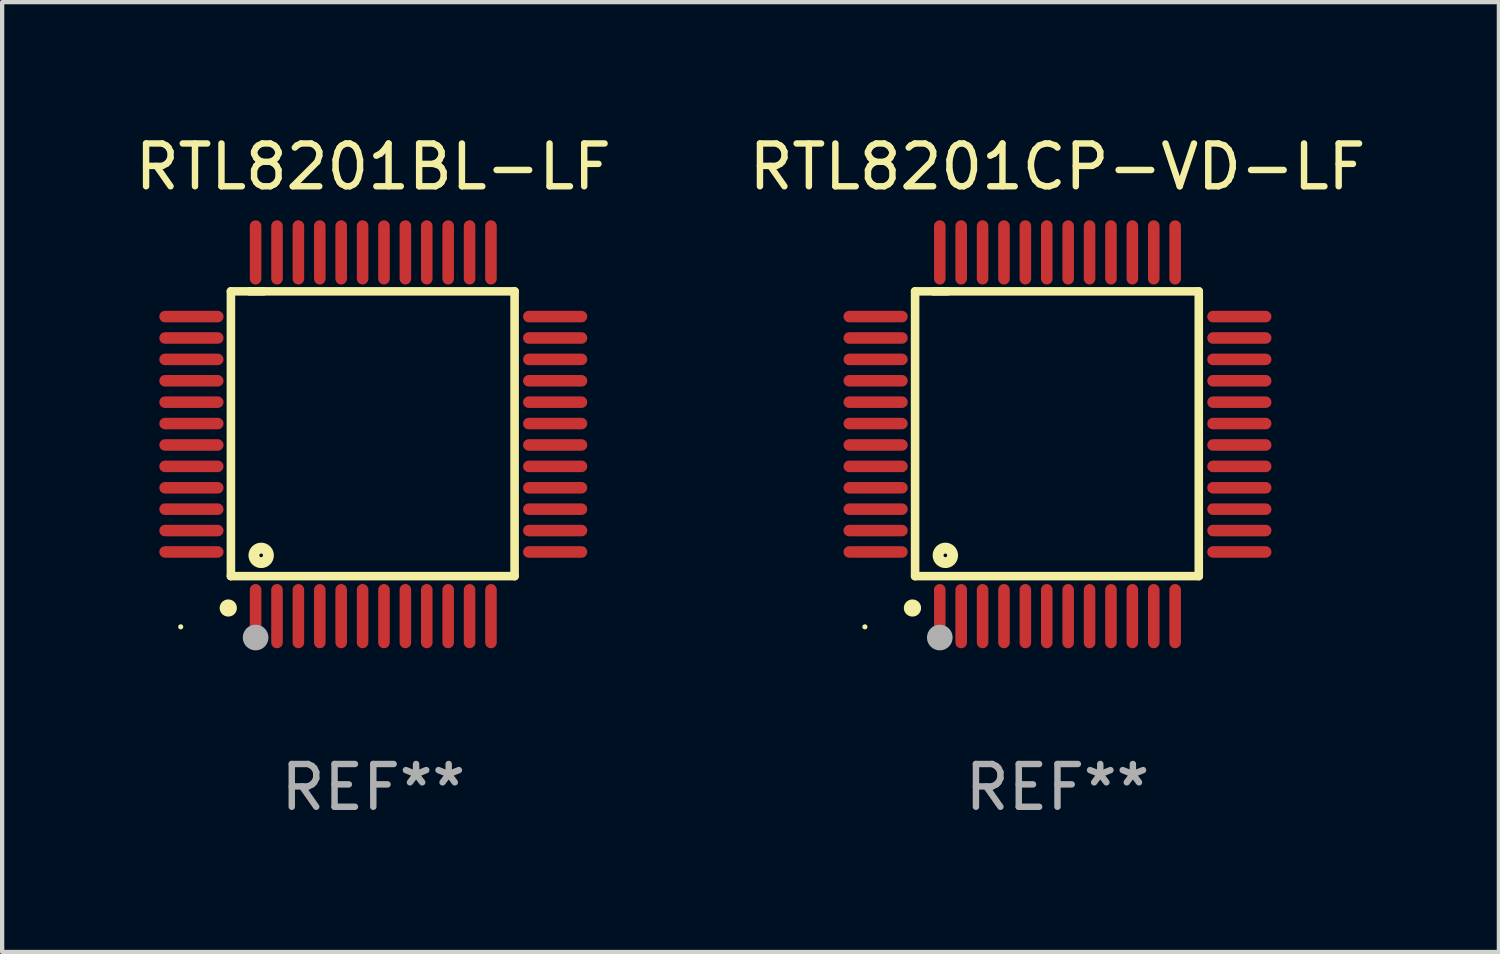
<source format=kicad_pcb>
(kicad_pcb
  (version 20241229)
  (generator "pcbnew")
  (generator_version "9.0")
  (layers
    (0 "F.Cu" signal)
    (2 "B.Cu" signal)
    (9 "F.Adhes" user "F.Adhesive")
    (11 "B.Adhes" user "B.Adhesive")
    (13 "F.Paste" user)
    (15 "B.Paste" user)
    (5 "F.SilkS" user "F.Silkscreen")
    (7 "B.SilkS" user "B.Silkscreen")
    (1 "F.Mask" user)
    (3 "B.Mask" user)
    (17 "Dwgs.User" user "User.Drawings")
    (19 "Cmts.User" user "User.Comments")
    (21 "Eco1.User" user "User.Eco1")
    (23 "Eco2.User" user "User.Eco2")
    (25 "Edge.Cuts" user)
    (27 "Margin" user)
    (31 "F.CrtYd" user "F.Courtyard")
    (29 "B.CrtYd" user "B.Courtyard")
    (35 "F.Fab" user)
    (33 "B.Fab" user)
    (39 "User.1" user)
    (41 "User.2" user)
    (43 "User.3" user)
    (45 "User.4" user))
  (footprint "RTL8201CP-VD-LF"
    (layer "F.Cu")
    (at 21.661 7.098)
    (property "Reference" "RTL8201CP-VD-LF" (at 0 -6.25 0) (layer "F.SilkS") (effects (font (size 1 1) (thickness 0.15))))
    (attr through_hole)
    (fp_line (start -3.327 -3.34) (end -2.565 -3.34) (stroke (width 0.2) (type solid)) (layer "F.SilkS"))
    (fp_line (start -3.327 3.315) (end -3.327 -3.34) (stroke (width 0.2) (type solid)) (layer "F.SilkS"))
    (fp_line (start -2.896 -3.34) (end 3.302 -3.34) (stroke (width 0.2) (type solid)) (layer "F.SilkS"))
    (fp_line (start 3.302 -3.34) (end 3.302 3.315) (stroke (width 0.2) (type solid)) (layer "F.SilkS"))
    (fp_line (start 3.302 3.315) (end -3.327 3.315) (stroke (width 0.2) (type solid)) (layer "F.SilkS"))
    (fp_arc (start -3.389992 4.059995) (mid -3.388722 4.059991) (end -3.387452 4.059995) (stroke (width 0.4) (type solid)) (layer "F.SilkS"))
    (fp_circle (center -4.5 4.5) (end -4.47 4.5) (stroke (width 0.06) (type solid)) (fill no) (layer "F.SilkS"))
    (fp_circle (center -2.62 2.83) (end -2.45 2.83) (stroke (width 0.254) (type solid)) (fill no) (layer "F.SilkS"))
    (fp_circle (center -2.75 4.75) (end -2.6 4.75) (stroke (width 0.3) (type solid)) (fill no) (layer "F.Fab"))
    (fp_text user "REF**" (at 0 8.25 0) (layer "F.Fab") (effects (font (size 1 1) (thickness 0.15))))
    (pad "1" smd oval (at -2.75 4.25) (size 0.27 1.5) (layers "F.Cu" "F.Mask" "F.Paste"))
    (pad "2" smd oval (at -2.25 4.25) (size 0.27 1.5) (layers "F.Cu" "F.Mask" "F.Paste"))
    (pad "3" smd oval (at -1.75 4.25) (size 0.27 1.5) (layers "F.Cu" "F.Mask" "F.Paste"))
    (pad "4" smd oval (at -1.25 4.25) (size 0.27 1.5) (layers "F.Cu" "F.Mask" "F.Paste"))
    (pad "5" smd oval (at -0.75 4.25) (size 0.27 1.5) (layers "F.Cu" "F.Mask" "F.Paste"))
    (pad "6" smd oval (at -0.25 4.25) (size 0.27 1.5) (layers "F.Cu" "F.Mask" "F.Paste"))
    (pad "7" smd oval (at 0.25 4.25) (size 0.27 1.5) (layers "F.Cu" "F.Mask" "F.Paste"))
    (pad "8" smd oval (at 0.75 4.25) (size 0.27 1.5) (layers "F.Cu" "F.Mask" "F.Paste"))
    (pad "9" smd oval (at 1.25 4.25) (size 0.27 1.5) (layers "F.Cu" "F.Mask" "F.Paste"))
    (pad "10" smd oval (at 1.75 4.25) (size 0.27 1.5) (layers "F.Cu" "F.Mask" "F.Paste"))
    (pad "11" smd oval (at 2.25 4.25) (size 0.27 1.5) (layers "F.Cu" "F.Mask" "F.Paste"))
    (pad "12" smd oval (at 2.75 4.25) (size 0.27 1.5) (layers "F.Cu" "F.Mask" "F.Paste"))
    (pad "13" smd oval (at 4.25 2.75) (size 1.5 0.27) (layers "F.Cu" "F.Mask" "F.Paste"))
    (pad "14" smd oval (at 4.25 2.25) (size 1.5 0.27) (layers "F.Cu" "F.Mask" "F.Paste"))
    (pad "15" smd oval (at 4.25 1.75) (size 1.5 0.27) (layers "F.Cu" "F.Mask" "F.Paste"))
    (pad "16" smd oval (at 4.25 1.25) (size 1.5 0.27) (layers "F.Cu" "F.Mask" "F.Paste"))
    (pad "17" smd oval (at 4.25 0.75) (size 1.5 0.27) (layers "F.Cu" "F.Mask" "F.Paste"))
    (pad "18" smd oval (at 4.25 0.25) (size 1.5 0.27) (layers "F.Cu" "F.Mask" "F.Paste"))
    (pad "19" smd oval (at 4.25 -0.25) (size 1.5 0.27) (layers "F.Cu" "F.Mask" "F.Paste"))
    (pad "20" smd oval (at 4.25 -0.75) (size 1.5 0.27) (layers "F.Cu" "F.Mask" "F.Paste"))
    (pad "21" smd oval (at 4.25 -1.25) (size 1.5 0.27) (layers "F.Cu" "F.Mask" "F.Paste"))
    (pad "22" smd oval (at 4.25 -1.75) (size 1.5 0.27) (layers "F.Cu" "F.Mask" "F.Paste"))
    (pad "23" smd oval (at 4.25 -2.25) (size 1.5 0.27) (layers "F.Cu" "F.Mask" "F.Paste"))
    (pad "24" smd oval (at 4.25 -2.75) (size 1.5 0.27) (layers "F.Cu" "F.Mask" "F.Paste"))
    (pad "25" smd oval (at 2.75 -4.25) (size 0.27 1.5) (layers "F.Cu" "F.Mask" "F.Paste"))
    (pad "26" smd oval (at 2.25 -4.25) (size 0.27 1.5) (layers "F.Cu" "F.Mask" "F.Paste"))
    (pad "27" smd oval (at 1.75 -4.25) (size 0.27 1.5) (layers "F.Cu" "F.Mask" "F.Paste"))
    (pad "28" smd oval (at 1.25 -4.25) (size 0.27 1.5) (layers "F.Cu" "F.Mask" "F.Paste"))
    (pad "29" smd oval (at 0.75 -4.25) (size 0.27 1.5) (layers "F.Cu" "F.Mask" "F.Paste"))
    (pad "30" smd oval (at 0.25 -4.25) (size 0.27 1.5) (layers "F.Cu" "F.Mask" "F.Paste"))
    (pad "31" smd oval (at -0.25 -4.25) (size 0.27 1.5) (layers "F.Cu" "F.Mask" "F.Paste"))
    (pad "32" smd oval (at -0.75 -4.25) (size 0.27 1.5) (layers "F.Cu" "F.Mask" "F.Paste"))
    (pad "33" smd oval (at -1.25 -4.25) (size 0.27 1.5) (layers "F.Cu" "F.Mask" "F.Paste"))
    (pad "34" smd oval (at -1.75 -4.25) (size 0.27 1.5) (layers "F.Cu" "F.Mask" "F.Paste"))
    (pad "35" smd oval (at -2.25 -4.25) (size 0.27 1.5) (layers "F.Cu" "F.Mask" "F.Paste"))
    (pad "36" smd oval (at -2.75 -4.25) (size 0.27 1.5) (layers "F.Cu" "F.Mask" "F.Paste"))
    (pad "37" smd oval (at -4.25 -2.75) (size 1.5 0.27) (layers "F.Cu" "F.Mask" "F.Paste"))
    (pad "38" smd oval (at -4.25 -2.25) (size 1.5 0.27) (layers "F.Cu" "F.Mask" "F.Paste"))
    (pad "39" smd oval (at -4.25 -1.75) (size 1.5 0.27) (layers "F.Cu" "F.Mask" "F.Paste"))
    (pad "40" smd oval (at -4.25 -1.25) (size 1.5 0.27) (layers "F.Cu" "F.Mask" "F.Paste"))
    (pad "41" smd oval (at -4.25 -0.75) (size 1.5 0.27) (layers "F.Cu" "F.Mask" "F.Paste"))
    (pad "42" smd oval (at -4.25 -0.25) (size 1.5 0.27) (layers "F.Cu" "F.Mask" "F.Paste"))
    (pad "43" smd oval (at -4.25 0.25) (size 1.5 0.27) (layers "F.Cu" "F.Mask" "F.Paste"))
    (pad "44" smd oval (at -4.25 0.75) (size 1.5 0.27) (layers "F.Cu" "F.Mask" "F.Paste"))
    (pad "45" smd oval (at -4.25 1.25) (size 1.5 0.27) (layers "F.Cu" "F.Mask" "F.Paste"))
    (pad "46" smd oval (at -4.25 1.75) (size 1.5 0.27) (layers "F.Cu" "F.Mask" "F.Paste"))
    (pad "47" smd oval (at -4.25 2.25) (size 1.5 0.27) (layers "F.Cu" "F.Mask" "F.Paste"))
    (pad "48" smd oval (at -4.25 2.75) (size 1.5 0.27) (layers "F.Cu" "F.Mask" "F.Paste")))
  (footprint "RTL8201BL-LF"
    (layer "F.Cu")
    (at 5.673 7.098)
    (property "Reference" "RTL8201BL-LF" (at 0 -6.25 0) (layer "F.SilkS") (effects (font (size 1 1) (thickness 0.15))))
    (attr through_hole)
    (fp_line (start -3.327 -3.34) (end -2.565 -3.34) (stroke (width 0.2) (type solid)) (layer "F.SilkS"))
    (fp_line (start -3.327 3.315) (end -3.327 -3.34) (stroke (width 0.2) (type solid)) (layer "F.SilkS"))
    (fp_line (start -2.896 -3.34) (end 3.302 -3.34) (stroke (width 0.2) (type solid)) (layer "F.SilkS"))
    (fp_line (start 3.302 -3.34) (end 3.302 3.315) (stroke (width 0.2) (type solid)) (layer "F.SilkS"))
    (fp_line (start 3.302 3.315) (end -3.327 3.315) (stroke (width 0.2) (type solid)) (layer "F.SilkS"))
    (fp_arc (start -3.389992 4.059995) (mid -3.388722 4.059991) (end -3.387452 4.059995) (stroke (width 0.4) (type solid)) (layer "F.SilkS"))
    (fp_circle (center -4.5 4.5) (end -4.47 4.5) (stroke (width 0.06) (type solid)) (fill no) (layer "F.SilkS"))
    (fp_circle (center -2.62 2.83) (end -2.45 2.83) (stroke (width 0.254) (type solid)) (fill no) (layer "F.SilkS"))
    (fp_circle (center -2.75 4.75) (end -2.6 4.75) (stroke (width 0.3) (type solid)) (fill no) (layer "F.Fab"))
    (fp_text user "REF**" (at 0 8.25 0) (layer "F.Fab") (effects (font (size 1 1) (thickness 0.15))))
    (pad "1" smd oval (at -2.75 4.25) (size 0.27 1.5) (layers "F.Cu" "F.Mask" "F.Paste"))
    (pad "2" smd oval (at -2.25 4.25) (size 0.27 1.5) (layers "F.Cu" "F.Mask" "F.Paste"))
    (pad "3" smd oval (at -1.75 4.25) (size 0.27 1.5) (layers "F.Cu" "F.Mask" "F.Paste"))
    (pad "4" smd oval (at -1.25 4.25) (size 0.27 1.5) (layers "F.Cu" "F.Mask" "F.Paste"))
    (pad "5" smd oval (at -0.75 4.25) (size 0.27 1.5) (layers "F.Cu" "F.Mask" "F.Paste"))
    (pad "6" smd oval (at -0.25 4.25) (size 0.27 1.5) (layers "F.Cu" "F.Mask" "F.Paste"))
    (pad "7" smd oval (at 0.25 4.25) (size 0.27 1.5) (layers "F.Cu" "F.Mask" "F.Paste"))
    (pad "8" smd oval (at 0.75 4.25) (size 0.27 1.5) (layers "F.Cu" "F.Mask" "F.Paste"))
    (pad "9" smd oval (at 1.25 4.25) (size 0.27 1.5) (layers "F.Cu" "F.Mask" "F.Paste"))
    (pad "10" smd oval (at 1.75 4.25) (size 0.27 1.5) (layers "F.Cu" "F.Mask" "F.Paste"))
    (pad "11" smd oval (at 2.25 4.25) (size 0.27 1.5) (layers "F.Cu" "F.Mask" "F.Paste"))
    (pad "12" smd oval (at 2.75 4.25) (size 0.27 1.5) (layers "F.Cu" "F.Mask" "F.Paste"))
    (pad "13" smd oval (at 4.25 2.75) (size 1.5 0.27) (layers "F.Cu" "F.Mask" "F.Paste"))
    (pad "14" smd oval (at 4.25 2.25) (size 1.5 0.27) (layers "F.Cu" "F.Mask" "F.Paste"))
    (pad "15" smd oval (at 4.25 1.75) (size 1.5 0.27) (layers "F.Cu" "F.Mask" "F.Paste"))
    (pad "16" smd oval (at 4.25 1.25) (size 1.5 0.27) (layers "F.Cu" "F.Mask" "F.Paste"))
    (pad "17" smd oval (at 4.25 0.75) (size 1.5 0.27) (layers "F.Cu" "F.Mask" "F.Paste"))
    (pad "18" smd oval (at 4.25 0.25) (size 1.5 0.27) (layers "F.Cu" "F.Mask" "F.Paste"))
    (pad "19" smd oval (at 4.25 -0.25) (size 1.5 0.27) (layers "F.Cu" "F.Mask" "F.Paste"))
    (pad "20" smd oval (at 4.25 -0.75) (size 1.5 0.27) (layers "F.Cu" "F.Mask" "F.Paste"))
    (pad "21" smd oval (at 4.25 -1.25) (size 1.5 0.27) (layers "F.Cu" "F.Mask" "F.Paste"))
    (pad "22" smd oval (at 4.25 -1.75) (size 1.5 0.27) (layers "F.Cu" "F.Mask" "F.Paste"))
    (pad "23" smd oval (at 4.25 -2.25) (size 1.5 0.27) (layers "F.Cu" "F.Mask" "F.Paste"))
    (pad "24" smd oval (at 4.25 -2.75) (size 1.5 0.27) (layers "F.Cu" "F.Mask" "F.Paste"))
    (pad "25" smd oval (at 2.75 -4.25) (size 0.27 1.5) (layers "F.Cu" "F.Mask" "F.Paste"))
    (pad "26" smd oval (at 2.25 -4.25) (size 0.27 1.5) (layers "F.Cu" "F.Mask" "F.Paste"))
    (pad "27" smd oval (at 1.75 -4.25) (size 0.27 1.5) (layers "F.Cu" "F.Mask" "F.Paste"))
    (pad "28" smd oval (at 1.25 -4.25) (size 0.27 1.5) (layers "F.Cu" "F.Mask" "F.Paste"))
    (pad "29" smd oval (at 0.75 -4.25) (size 0.27 1.5) (layers "F.Cu" "F.Mask" "F.Paste"))
    (pad "30" smd oval (at 0.25 -4.25) (size 0.27 1.5) (layers "F.Cu" "F.Mask" "F.Paste"))
    (pad "31" smd oval (at -0.25 -4.25) (size 0.27 1.5) (layers "F.Cu" "F.Mask" "F.Paste"))
    (pad "32" smd oval (at -0.75 -4.25) (size 0.27 1.5) (layers "F.Cu" "F.Mask" "F.Paste"))
    (pad "33" smd oval (at -1.25 -4.25) (size 0.27 1.5) (layers "F.Cu" "F.Mask" "F.Paste"))
    (pad "34" smd oval (at -1.75 -4.25) (size 0.27 1.5) (layers "F.Cu" "F.Mask" "F.Paste"))
    (pad "35" smd oval (at -2.25 -4.25) (size 0.27 1.5) (layers "F.Cu" "F.Mask" "F.Paste"))
    (pad "36" smd oval (at -2.75 -4.25) (size 0.27 1.5) (layers "F.Cu" "F.Mask" "F.Paste"))
    (pad "37" smd oval (at -4.25 -2.75) (size 1.5 0.27) (layers "F.Cu" "F.Mask" "F.Paste"))
    (pad "38" smd oval (at -4.25 -2.25) (size 1.5 0.27) (layers "F.Cu" "F.Mask" "F.Paste"))
    (pad "39" smd oval (at -4.25 -1.75) (size 1.5 0.27) (layers "F.Cu" "F.Mask" "F.Paste"))
    (pad "40" smd oval (at -4.25 -1.25) (size 1.5 0.27) (layers "F.Cu" "F.Mask" "F.Paste"))
    (pad "41" smd oval (at -4.25 -0.75) (size 1.5 0.27) (layers "F.Cu" "F.Mask" "F.Paste"))
    (pad "42" smd oval (at -4.25 -0.25) (size 1.5 0.27) (layers "F.Cu" "F.Mask" "F.Paste"))
    (pad "43" smd oval (at -4.25 0.25) (size 1.5 0.27) (layers "F.Cu" "F.Mask" "F.Paste"))
    (pad "44" smd oval (at -4.25 0.75) (size 1.5 0.27) (layers "F.Cu" "F.Mask" "F.Paste"))
    (pad "45" smd oval (at -4.25 1.25) (size 1.5 0.27) (layers "F.Cu" "F.Mask" "F.Paste"))
    (pad "46" smd oval (at -4.25 1.75) (size 1.5 0.27) (layers "F.Cu" "F.Mask" "F.Paste"))
    (pad "47" smd oval (at -4.25 2.25) (size 1.5 0.27) (layers "F.Cu" "F.Mask" "F.Paste"))
    (pad "48" smd oval (at -4.25 2.75) (size 1.5 0.27) (layers "F.Cu" "F.Mask" "F.Paste")))
  (gr_rect
    (start -3 -3)
    (end 31.976 19.196)
    (stroke (width 0.1) (type default))
    (fill no)
    (layer "Edge.Cuts")))
</source>
